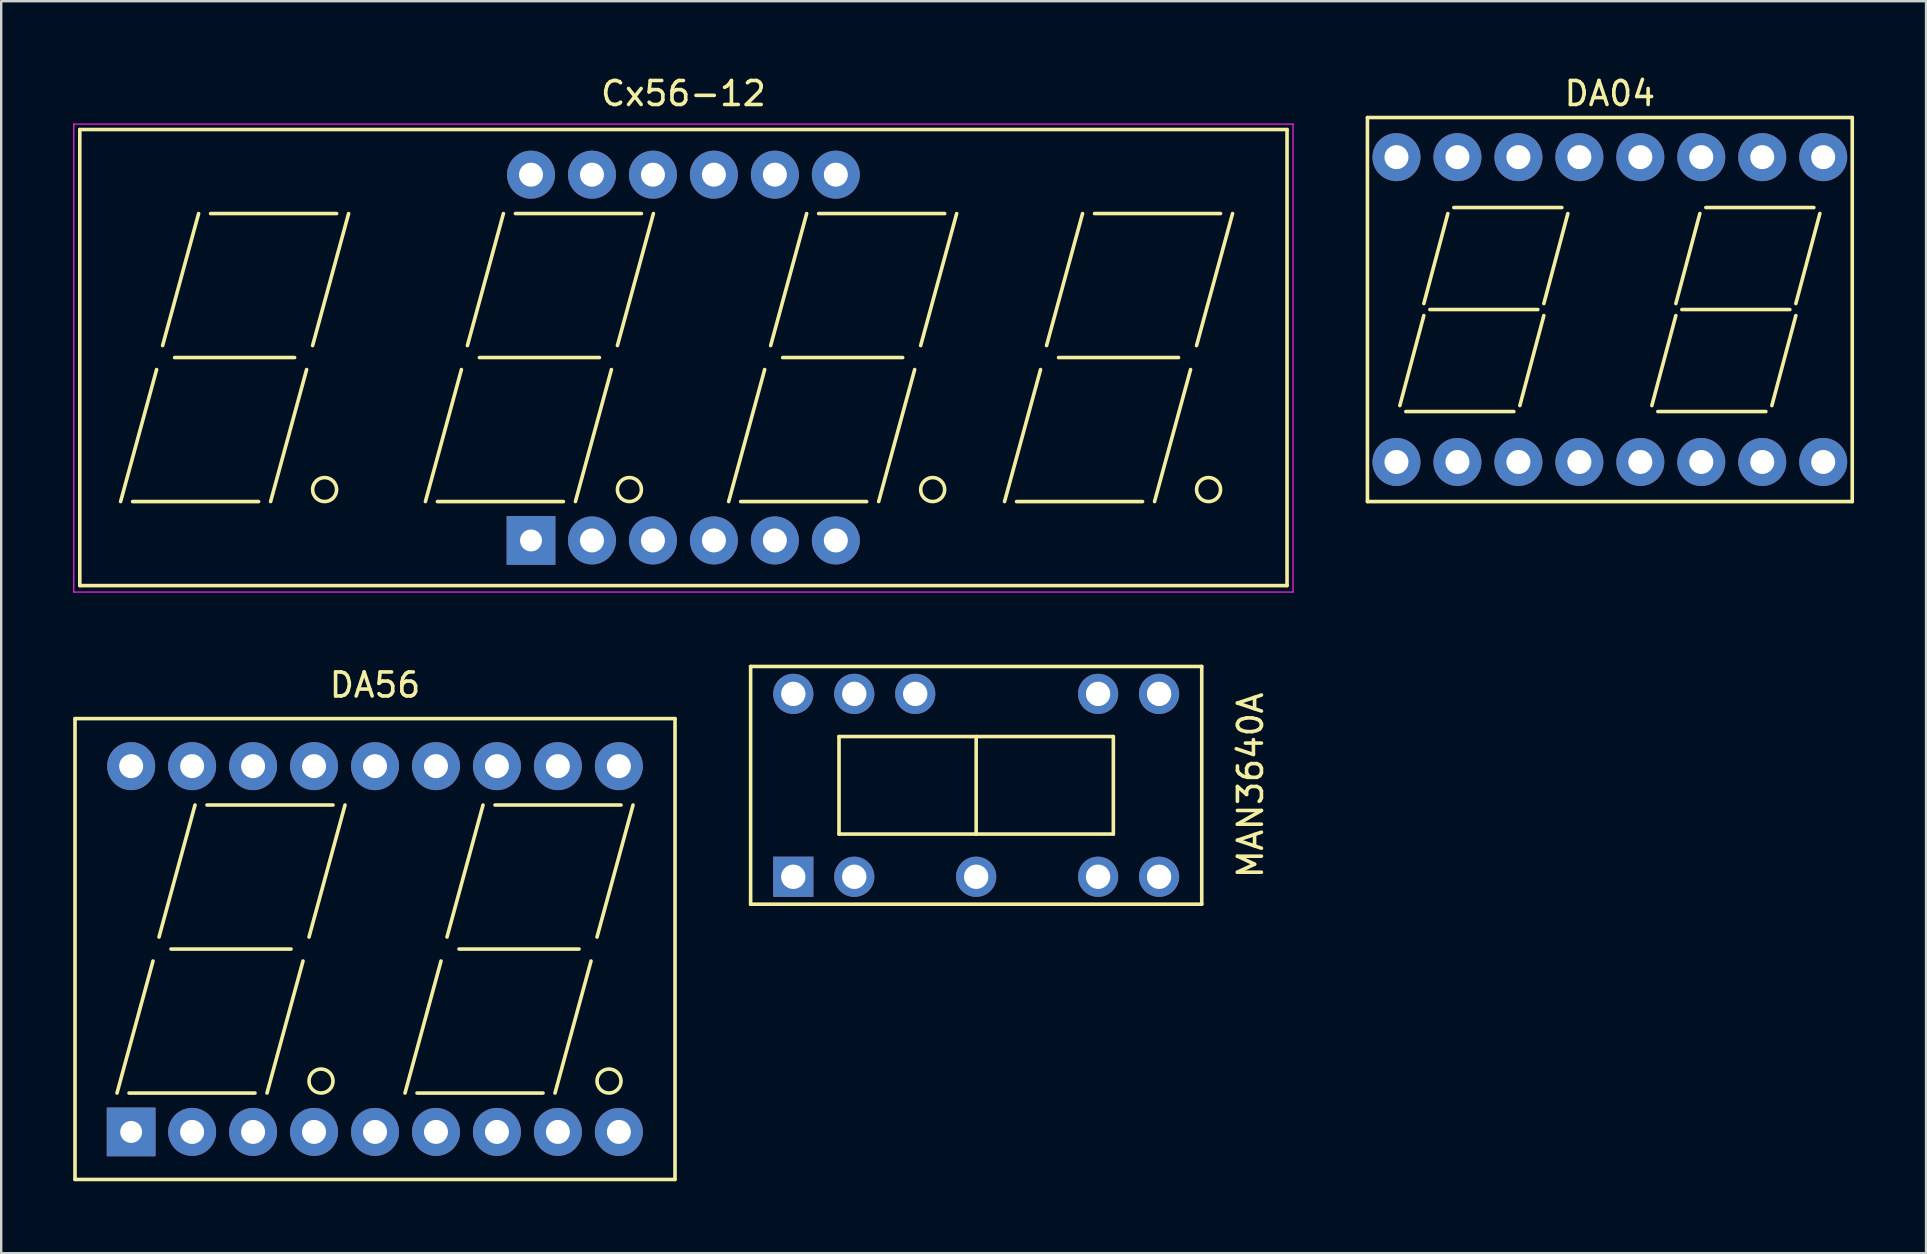
<source format=kicad_pcb>
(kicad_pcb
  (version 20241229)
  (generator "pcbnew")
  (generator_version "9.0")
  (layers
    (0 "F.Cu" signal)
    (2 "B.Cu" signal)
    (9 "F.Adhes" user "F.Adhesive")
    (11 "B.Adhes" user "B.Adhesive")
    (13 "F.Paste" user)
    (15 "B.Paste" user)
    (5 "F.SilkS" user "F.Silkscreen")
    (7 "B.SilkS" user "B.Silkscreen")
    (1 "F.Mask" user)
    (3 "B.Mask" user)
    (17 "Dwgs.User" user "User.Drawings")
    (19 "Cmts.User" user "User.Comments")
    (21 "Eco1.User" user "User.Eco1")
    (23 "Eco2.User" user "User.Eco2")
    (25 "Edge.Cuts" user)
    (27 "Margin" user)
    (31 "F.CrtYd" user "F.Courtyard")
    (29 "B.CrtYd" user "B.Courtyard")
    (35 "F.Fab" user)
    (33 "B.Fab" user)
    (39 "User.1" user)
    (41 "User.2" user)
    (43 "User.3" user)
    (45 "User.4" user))
  (footprint "DA04"
    (layer "F.Cu")
    (at 64.025 9.848)
    (property "Reference" "DA04" (at 0 -9 0) (layer "F.SilkS") (effects (font (size 1 1) (thickness 0.15))))
    (attr through_hole)
    (fp_line (start -10.1 -8) (end 10.1 -8) (stroke (width 0.15) (type solid)) (layer "F.SilkS"))
    (fp_line (start -10.1 8) (end -10.1 -8) (stroke (width 0.15) (type solid)) (layer "F.SilkS"))
    (fp_line (start -8.75 4) (end -7.75 0.25) (stroke (width 0.15) (type solid)) (layer "F.SilkS"))
    (fp_line (start -8.5 4.25) (end -4 4.25) (stroke (width 0.15) (type solid)) (layer "F.SilkS"))
    (fp_line (start -7.75 -0.25) (end -6.75 -4) (stroke (width 0.15) (type solid)) (layer "F.SilkS"))
    (fp_line (start -7.5 0) (end -3 0) (stroke (width 0.15) (type solid)) (layer "F.SilkS"))
    (fp_line (start -6.5 -4.25) (end -2 -4.25) (stroke (width 0.15) (type solid)) (layer "F.SilkS"))
    (fp_line (start -3.75 4) (end -2.75 0.25) (stroke (width 0.15) (type solid)) (layer "F.SilkS"))
    (fp_line (start -2.75 -0.25) (end -1.75 -4) (stroke (width 0.15) (type solid)) (layer "F.SilkS"))
    (fp_line (start 1.75 4) (end 2.75 0.25) (stroke (width 0.15) (type solid)) (layer "F.SilkS"))
    (fp_line (start 2 4.25) (end 6.5 4.25) (stroke (width 0.15) (type solid)) (layer "F.SilkS"))
    (fp_line (start 2.75 -0.25) (end 3.75 -4) (stroke (width 0.15) (type solid)) (layer "F.SilkS"))
    (fp_line (start 3 0) (end 7.5 0) (stroke (width 0.15) (type solid)) (layer "F.SilkS"))
    (fp_line (start 4 -4.25) (end 8.5 -4.25) (stroke (width 0.15) (type solid)) (layer "F.SilkS"))
    (fp_line (start 6.75 4) (end 7.75 0.25) (stroke (width 0.15) (type solid)) (layer "F.SilkS"))
    (fp_line (start 7.75 -0.25) (end 8.75 -4) (stroke (width 0.15) (type solid)) (layer "F.SilkS"))
    (fp_line (start 10.1 -8) (end 10.1 8) (stroke (width 0.15) (type solid)) (layer "F.SilkS"))
    (fp_line (start 10.1 8) (end -10.1 8) (stroke (width 0.15) (type solid)) (layer "F.SilkS"))
    (pad "1" thru_hole circle (at -8.89 6.35) (size 2 2) (drill 1) (layers "*.Cu" "*.Mask"))
    (pad "2" thru_hole circle (at -6.35 6.35) (size 2 2) (drill 1) (layers "*.Cu" "*.Mask"))
    (pad "3" thru_hole circle (at -3.81 6.35) (size 2 2) (drill 1) (layers "*.Cu" "*.Mask"))
    (pad "4" thru_hole circle (at -1.27 6.35) (size 2 2) (drill 1) (layers "*.Cu" "*.Mask"))
    (pad "5" thru_hole circle (at 1.27 6.35) (size 2 2) (drill 1) (layers "*.Cu" "*.Mask"))
    (pad "6" thru_hole circle (at 3.81 6.35) (size 2 2) (drill 1) (layers "*.Cu" "*.Mask"))
    (pad "7" thru_hole circle (at 6.35 6.35) (size 2 2) (drill 1) (layers "*.Cu" "*.Mask"))
    (pad "8" thru_hole circle (at 8.89 6.35) (size 2 2) (drill 1) (layers "*.Cu" "*.Mask"))
    (pad "9" thru_hole circle (at 8.89 -6.35) (size 2 2) (drill 1) (layers "*.Cu" "*.Mask"))
    (pad "10" thru_hole circle (at 6.35 -6.35) (size 2 2) (drill 1) (layers "*.Cu" "*.Mask"))
    (pad "11" thru_hole circle (at 3.81 -6.35) (size 2 2) (drill 1) (layers "*.Cu" "*.Mask"))
    (pad "12" thru_hole circle (at 1.27 -6.35) (size 2 2) (drill 1) (layers "*.Cu" "*.Mask"))
    (pad "13" thru_hole circle (at -1.27 -6.35) (size 2 2) (drill 1) (layers "*.Cu" "*.Mask"))
    (pad "14" thru_hole circle (at -3.81 -6.35) (size 2 2) (drill 1) (layers "*.Cu" "*.Mask"))
    (pad "15" thru_hole circle (at -6.35 -6.35) (size 2 2) (drill 1) (layers "*.Cu" "*.Mask"))
    (pad "16" thru_hole circle (at -8.89 -6.35) (size 2 2) (drill 1) (layers "*.Cu" "*.Mask")))
  (footprint "MAN3640A"
    (layer "F.Cu")
    (at 37.623 29.671)
    (property "Reference" "MAN3640A" (at 11.43 0 90) (layer "F.SilkS") (effects (font (size 1 1) (thickness 0.15))))
    (attr through_hole)
    (fp_line (start -9.398 -4.953) (end -9.398 4.953) (stroke (width 0.15) (type solid)) (layer "F.SilkS"))
    (fp_line (start -9.398 4.953) (end 9.398 4.953) (stroke (width 0.15) (type solid)) (layer "F.SilkS"))
    (fp_line (start -5.715 -2.032) (end 5.715 -2.032) (stroke (width 0.15) (type solid)) (layer "F.SilkS"))
    (fp_line (start -5.715 2.032) (end -5.715 -2.032) (stroke (width 0.15) (type solid)) (layer "F.SilkS"))
    (fp_line (start 0 2.032) (end -5.715 2.032) (stroke (width 0.15) (type solid)) (layer "F.SilkS"))
    (fp_line (start 0 2.032) (end 0 -2.032) (stroke (width 0.15) (type solid)) (layer "F.SilkS"))
    (fp_line (start 5.715 -2.032) (end 5.715 2.032) (stroke (width 0.15) (type solid)) (layer "F.SilkS"))
    (fp_line (start 5.715 2.032) (end 0 2.032) (stroke (width 0.15) (type solid)) (layer "F.SilkS"))
    (fp_line (start 9.398 -4.953) (end -9.398 -4.953) (stroke (width 0.15) (type solid)) (layer "F.SilkS"))
    (fp_line (start 9.398 4.953) (end 9.398 -4.953) (stroke (width 0.15) (type solid)) (layer "F.SilkS"))
    (pad "1" thru_hole rect (at -7.62 3.81) (size 1.676 1.676) (drill 1.016) (layers "*.Cu" "*.Mask"))
    (pad "2" thru_hole circle (at -5.08 3.81) (size 1.676 1.676) (drill 1.016) (layers "*.Cu" "*.Mask"))
    (pad "4" thru_hole circle (at 0 3.81) (size 1.676 1.676) (drill 1.016) (layers "*.Cu" "*.Mask"))
    (pad "6" thru_hole circle (at 5.08 3.81) (size 1.676 1.676) (drill 1.016) (layers "*.Cu" "*.Mask"))
    (pad "7" thru_hole circle (at 7.62 3.81) (size 1.676 1.676) (drill 1.016) (layers "*.Cu" "*.Mask"))
    (pad "8" thru_hole circle (at 7.62 -3.81) (size 1.676 1.676) (drill 1.016) (layers "*.Cu" "*.Mask"))
    (pad "9" thru_hole circle (at 5.08 -3.81) (size 1.676 1.676) (drill 1.016) (layers "*.Cu" "*.Mask"))
    (pad "12" thru_hole circle (at -2.54 -3.81) (size 1.676 1.676) (drill 1.016) (layers "*.Cu" "*.Mask"))
    (pad "13" thru_hole circle (at -5.08 -3.81) (size 1.676 1.676) (drill 1.016) (layers "*.Cu" "*.Mask"))
    (pad "14" thru_hole circle (at -7.62 -3.81) (size 1.676 1.676) (drill 1.016) (layers "*.Cu" "*.Mask")))
  (footprint "Cx56-12"
    (layer "F.Cu")
    (at 19.075 19.468)
    (property "Reference" "Cx56-12" (at 6.35 -18.62 0) (layer "F.SilkS") (effects (font (size 1 1) (thickness 0.15))))
    (attr through_hole)
    (fp_line (start -18.8 -17.12) (end 31.5 -17.12) (stroke (width 0.15) (type solid)) (layer "F.SilkS"))
    (fp_line (start -18.8 1.88) (end -18.8 -17.12) (stroke (width 0.15) (type solid)) (layer "F.SilkS"))
    (fp_line (start -17.1 -1.62) (end -15.6 -7.12) (stroke (width 0.15) (type solid)) (layer "F.SilkS"))
    (fp_line (start -16.6 -1.62) (end -11.35 -1.62) (stroke (width 0.15) (type solid)) (layer "F.SilkS"))
    (fp_line (start -15.35 -8.12) (end -13.85 -13.62) (stroke (width 0.15) (type solid)) (layer "F.SilkS"))
    (fp_line (start -14.85 -7.62) (end -9.85 -7.62) (stroke (width 0.15) (type solid)) (layer "F.SilkS"))
    (fp_line (start -13.35 -13.62) (end -8.1 -13.62) (stroke (width 0.15) (type solid)) (layer "F.SilkS"))
    (fp_line (start -10.85 -1.62) (end -9.35 -7.12) (stroke (width 0.15) (type solid)) (layer "F.SilkS"))
    (fp_line (start -9.1 -8.12) (end -7.6 -13.62) (stroke (width 0.15) (type solid)) (layer "F.SilkS"))
    (fp_line (start -4.4 -1.62) (end -2.9 -7.12) (stroke (width 0.15) (type solid)) (layer "F.SilkS"))
    (fp_line (start -3.9 -1.62) (end 1.35 -1.62) (stroke (width 0.15) (type solid)) (layer "F.SilkS"))
    (fp_line (start -2.65 -8.12) (end -1.15 -13.62) (stroke (width 0.15) (type solid)) (layer "F.SilkS"))
    (fp_line (start -2.15 -7.62) (end 2.85 -7.62) (stroke (width 0.15) (type solid)) (layer "F.SilkS"))
    (fp_line (start -0.65 -13.62) (end 4.6 -13.62) (stroke (width 0.15) (type solid)) (layer "F.SilkS"))
    (fp_line (start 1.85 -1.62) (end 3.35 -7.12) (stroke (width 0.15) (type solid)) (layer "F.SilkS"))
    (fp_line (start 3.6 -8.12) (end 5.1 -13.62) (stroke (width 0.15) (type solid)) (layer "F.SilkS"))
    (fp_line (start 8.235 -1.62) (end 9.735 -7.12) (stroke (width 0.15) (type solid)) (layer "F.SilkS"))
    (fp_line (start 8.735 -1.62) (end 13.985 -1.62) (stroke (width 0.15) (type solid)) (layer "F.SilkS"))
    (fp_line (start 9.985 -8.12) (end 11.485 -13.62) (stroke (width 0.15) (type solid)) (layer "F.SilkS"))
    (fp_line (start 10.485 -7.62) (end 15.485 -7.62) (stroke (width 0.15) (type solid)) (layer "F.SilkS"))
    (fp_line (start 11.985 -13.62) (end 17.235 -13.62) (stroke (width 0.15) (type solid)) (layer "F.SilkS"))
    (fp_line (start 14.485 -1.62) (end 15.985 -7.12) (stroke (width 0.15) (type solid)) (layer "F.SilkS"))
    (fp_line (start 16.235 -8.12) (end 17.735 -13.62) (stroke (width 0.15) (type solid)) (layer "F.SilkS"))
    (fp_line (start 19.73 -1.62) (end 21.23 -7.12) (stroke (width 0.15) (type solid)) (layer "F.SilkS"))
    (fp_line (start 20.23 -1.62) (end 25.48 -1.62) (stroke (width 0.15) (type solid)) (layer "F.SilkS"))
    (fp_line (start 21.48 -8.12) (end 22.98 -13.62) (stroke (width 0.15) (type solid)) (layer "F.SilkS"))
    (fp_line (start 21.98 -7.62) (end 26.98 -7.62) (stroke (width 0.15) (type solid)) (layer "F.SilkS"))
    (fp_line (start 23.48 -13.62) (end 28.73 -13.62) (stroke (width 0.15) (type solid)) (layer "F.SilkS"))
    (fp_line (start 25.98 -1.62) (end 27.48 -7.12) (stroke (width 0.15) (type solid)) (layer "F.SilkS"))
    (fp_line (start 27.73 -8.12) (end 29.23 -13.62) (stroke (width 0.15) (type solid)) (layer "F.SilkS"))
    (fp_line (start 31.5 -17.12) (end 31.5 1.88) (stroke (width 0.15) (type solid)) (layer "F.SilkS"))
    (fp_line (start 31.5 1.88) (end -18.8 1.88) (stroke (width 0.15) (type solid)) (layer "F.SilkS"))
    (fp_circle (center -8.6 -2.12) (end -8.6 -1.62) (stroke (width 0.15) (type solid)) (fill no) (layer "F.SilkS"))
    (fp_circle (center 4.1 -2.12) (end 4.1 -1.62) (stroke (width 0.15) (type solid)) (fill no) (layer "F.SilkS"))
    (fp_circle (center 16.735 -2.12) (end 16.735 -1.62) (stroke (width 0.15) (type solid)) (fill no) (layer "F.SilkS"))
    (fp_circle (center 28.23 -2.12) (end 28.23 -1.62) (stroke (width 0.15) (type solid)) (fill no) (layer "F.SilkS"))
    (fp_line (start -19.05 -17.35) (end 31.75 -17.35) (stroke (width 0.05) (type solid)) (layer "F.CrtYd"))
    (fp_line (start -19.05 2.15) (end -19.05 -17.35) (stroke (width 0.05) (type solid)) (layer "F.CrtYd"))
    (fp_line (start 31.75 -17.35) (end 31.75 2.15) (stroke (width 0.05) (type solid)) (layer "F.CrtYd"))
    (fp_line (start 31.75 2.15) (end -19.05 2.15) (stroke (width 0.05) (type solid)) (layer "F.CrtYd"))
    (pad "1" thru_hole rect (at 0 0) (size 2.032 2.032) (drill 0.914) (layers "*.Cu" "*.Mask"))
    (pad "2" thru_hole circle (at 2.54 0) (size 2 2) (drill 1) (layers "*.Cu" "*.Mask"))
    (pad "3" thru_hole circle (at 5.08 0) (size 2 2) (drill 1) (layers "*.Cu" "*.Mask"))
    (pad "4" thru_hole circle (at 7.62 0) (size 2 2) (drill 1) (layers "*.Cu" "*.Mask"))
    (pad "5" thru_hole circle (at 10.16 0) (size 2 2) (drill 1) (layers "*.Cu" "*.Mask"))
    (pad "6" thru_hole circle (at 12.7 0) (size 2 2) (drill 1) (layers "*.Cu" "*.Mask"))
    (pad "7" thru_hole circle (at 12.7 -15.24) (size 2 2) (drill 1) (layers "*.Cu" "*.Mask"))
    (pad "8" thru_hole circle (at 10.16 -15.24) (size 2 2) (drill 1) (layers "*.Cu" "*.Mask"))
    (pad "9" thru_hole circle (at 7.62 -15.24) (size 2 2) (drill 1) (layers "*.Cu" "*.Mask"))
    (pad "10" thru_hole circle (at 5.08 -15.24) (size 2 2) (drill 1) (layers "*.Cu" "*.Mask"))
    (pad "11" thru_hole circle (at 2.54 -15.24) (size 2 2) (drill 1) (layers "*.Cu" "*.Mask"))
    (pad "12" thru_hole circle (at 0 -15.24) (size 2 2) (drill 1) (layers "*.Cu" "*.Mask")))
  (footprint "DA56"
    (layer "F.Cu")
    (at 12.575 36.492)
    (property "Reference" "DA56" (at 0 -11 0) (layer "F.SilkS") (effects (font (size 1 1) (thickness 0.15))))
    (attr through_hole)
    (fp_line (start -12.5 -9.6) (end 12.5 -9.6) (stroke (width 0.15) (type solid)) (layer "F.SilkS"))
    (fp_line (start -12.5 9.6) (end -12.5 -9.6) (stroke (width 0.15) (type solid)) (layer "F.SilkS"))
    (fp_line (start -10.75 6) (end -9.25 0.5) (stroke (width 0.15) (type solid)) (layer "F.SilkS"))
    (fp_line (start -10.25 6) (end -5 6) (stroke (width 0.15) (type solid)) (layer "F.SilkS"))
    (fp_line (start -9 -0.5) (end -7.5 -6) (stroke (width 0.15) (type solid)) (layer "F.SilkS"))
    (fp_line (start -8.5 0) (end -3.5 0) (stroke (width 0.15) (type solid)) (layer "F.SilkS"))
    (fp_line (start -7 -6) (end -1.75 -6) (stroke (width 0.15) (type solid)) (layer "F.SilkS"))
    (fp_line (start -4.5 6) (end -3 0.5) (stroke (width 0.15) (type solid)) (layer "F.SilkS"))
    (fp_line (start -2.75 -0.5) (end -1.25 -6) (stroke (width 0.15) (type solid)) (layer "F.SilkS"))
    (fp_line (start 1.25 6) (end 2.75 0.5) (stroke (width 0.15) (type solid)) (layer "F.SilkS"))
    (fp_line (start 1.75 6) (end 7 6) (stroke (width 0.15) (type solid)) (layer "F.SilkS"))
    (fp_line (start 3 -0.5) (end 4.5 -6) (stroke (width 0.15) (type solid)) (layer "F.SilkS"))
    (fp_line (start 3.5 0) (end 8.5 0) (stroke (width 0.15) (type solid)) (layer "F.SilkS"))
    (fp_line (start 5 -6) (end 10.25 -6) (stroke (width 0.15) (type solid)) (layer "F.SilkS"))
    (fp_line (start 7.5 6) (end 9 0.5) (stroke (width 0.15) (type solid)) (layer "F.SilkS"))
    (fp_line (start 9.25 -0.5) (end 10.75 -6) (stroke (width 0.15) (type solid)) (layer "F.SilkS"))
    (fp_line (start 12.5 -9.6) (end 12.5 9.6) (stroke (width 0.15) (type solid)) (layer "F.SilkS"))
    (fp_line (start 12.5 9.6) (end -12.5 9.6) (stroke (width 0.15) (type solid)) (layer "F.SilkS"))
    (fp_circle (center -2.25 5.5) (end -2.25 6) (stroke (width 0.15) (type solid)) (fill no) (layer "F.SilkS"))
    (fp_circle (center 9.75 5.5) (end 9.75 6) (stroke (width 0.15) (type solid)) (fill no) (layer "F.SilkS"))
    (pad "1" thru_hole rect (at -10.16 7.62) (size 2.032 2.032) (drill 0.914) (layers "*.Cu" "*.Mask"))
    (pad "2" thru_hole circle (at -7.62 7.62) (size 2 2) (drill 1) (layers "*.Cu" "*.Mask"))
    (pad "3" thru_hole circle (at -5.08 7.62) (size 2 2) (drill 1) (layers "*.Cu" "*.Mask"))
    (pad "4" thru_hole circle (at -2.54 7.62) (size 2 2) (drill 1) (layers "*.Cu" "*.Mask"))
    (pad "5" thru_hole circle (at 0 7.62) (size 2 2) (drill 1) (layers "*.Cu" "*.Mask"))
    (pad "6" thru_hole circle (at 2.54 7.62) (size 2 2) (drill 1) (layers "*.Cu" "*.Mask"))
    (pad "7" thru_hole circle (at 5.08 7.62) (size 2 2) (drill 1) (layers "*.Cu" "*.Mask"))
    (pad "8" thru_hole circle (at 7.62 7.62) (size 2 2) (drill 1) (layers "*.Cu" "*.Mask"))
    (pad "9" thru_hole circle (at 10.16 7.62) (size 2 2) (drill 1) (layers "*.Cu" "*.Mask"))
    (pad "10" thru_hole circle (at 10.16 -7.62) (size 2 2) (drill 1) (layers "*.Cu" "*.Mask"))
    (pad "11" thru_hole circle (at 7.62 -7.62) (size 2 2) (drill 1) (layers "*.Cu" "*.Mask"))
    (pad "12" thru_hole circle (at 5.08 -7.62) (size 2 2) (drill 1) (layers "*.Cu" "*.Mask"))
    (pad "13" thru_hole circle (at 2.54 -7.62) (size 2 2) (drill 1) (layers "*.Cu" "*.Mask"))
    (pad "14" thru_hole circle (at 0 -7.62) (size 2 2) (drill 1) (layers "*.Cu" "*.Mask"))
    (pad "15" thru_hole circle (at -2.54 -7.62) (size 2 2) (drill 1) (layers "*.Cu" "*.Mask"))
    (pad "16" thru_hole circle (at -5.08 -7.62) (size 2 2) (drill 1) (layers "*.Cu" "*.Mask"))
    (pad "17" thru_hole circle (at -7.62 -7.62) (size 2 2) (drill 1) (layers "*.Cu" "*.Mask"))
    (pad "18" thru_hole circle (at -10.16 -7.62) (size 2 2) (drill 1) (layers "*.Cu" "*.Mask")))
  (gr_rect
    (start -3 -3)
    (end 77.2 49.166)
    (stroke (width 0.1) (type default))
    (fill no)
    (layer "Edge.Cuts")))
</source>
